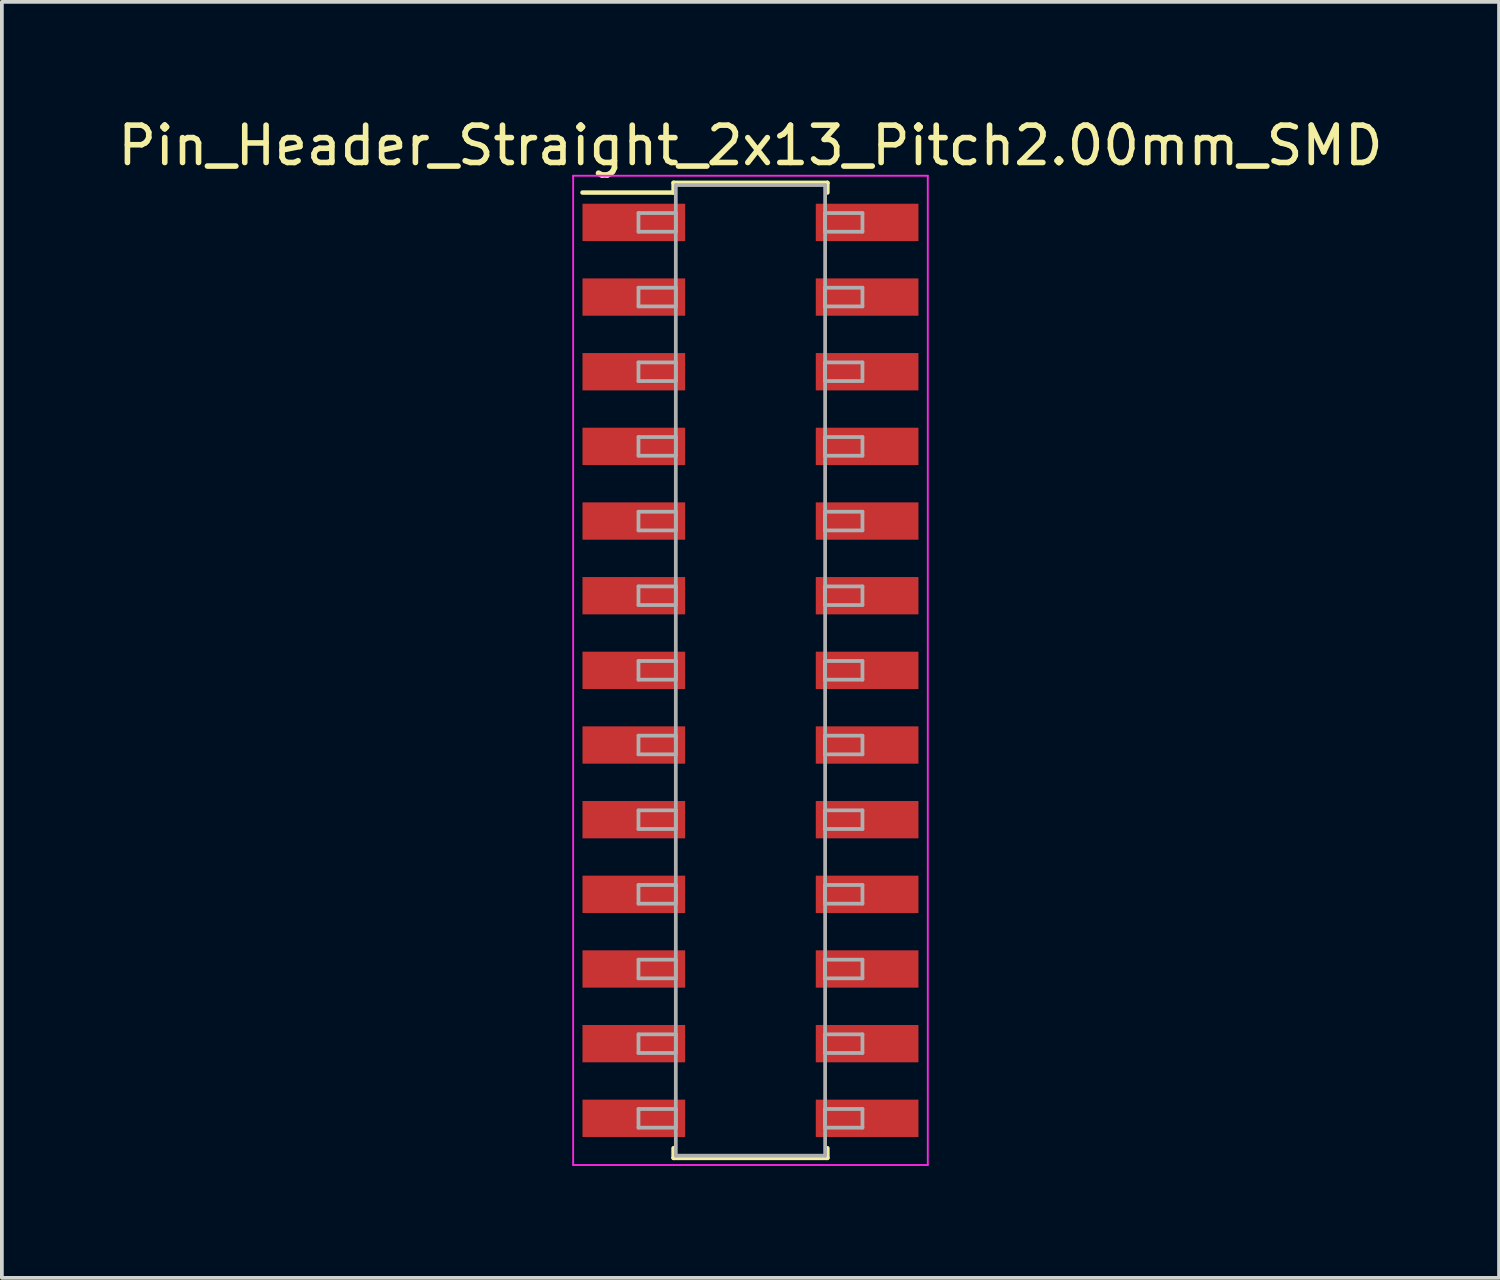
<source format=kicad_pcb>
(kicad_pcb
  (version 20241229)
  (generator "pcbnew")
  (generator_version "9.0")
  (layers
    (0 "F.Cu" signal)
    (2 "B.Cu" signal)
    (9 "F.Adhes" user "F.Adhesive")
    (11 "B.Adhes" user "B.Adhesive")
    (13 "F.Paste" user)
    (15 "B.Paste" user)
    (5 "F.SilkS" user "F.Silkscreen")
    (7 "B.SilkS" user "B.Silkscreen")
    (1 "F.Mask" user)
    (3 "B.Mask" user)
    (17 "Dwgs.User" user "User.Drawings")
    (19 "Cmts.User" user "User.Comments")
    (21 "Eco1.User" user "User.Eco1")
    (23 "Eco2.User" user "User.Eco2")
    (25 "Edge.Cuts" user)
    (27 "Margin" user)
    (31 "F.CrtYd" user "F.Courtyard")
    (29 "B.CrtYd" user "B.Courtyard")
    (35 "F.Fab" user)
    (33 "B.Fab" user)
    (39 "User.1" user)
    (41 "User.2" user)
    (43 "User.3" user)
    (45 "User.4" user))
  (footprint "Pin_Header_Straight_2x13_Pitch2.00mm_SMD"
    (layer "F.Cu")
    (at 17.054 14.908)
    (property "Reference" "Pin_Header_Straight_2x13_Pitch2.00mm_SMD" (at 0 -14.06 0) (layer "F.SilkS") (effects (font (size 1 1) (thickness 0.15))))
    (attr smd)
    (fp_line (start -4.5 -12.8) (end -2.06 -12.8) (stroke (width 0.12) (type solid)) (layer "F.SilkS"))
    (fp_line (start -2.06 -13.06) (end 2.06 -13.06) (stroke (width 0.12) (type solid)) (layer "F.SilkS"))
    (fp_line (start -2.06 -12.8) (end -2.06 -13.06) (stroke (width 0.12) (type solid)) (layer "F.SilkS"))
    (fp_line (start -2.06 12.8) (end -2.06 13.06) (stroke (width 0.12) (type solid)) (layer "F.SilkS"))
    (fp_line (start -2.06 13.06) (end 2.06 13.06) (stroke (width 0.12) (type solid)) (layer "F.SilkS"))
    (fp_line (start 2.06 -13.06) (end 2.06 -12.8) (stroke (width 0.12) (type solid)) (layer "F.SilkS"))
    (fp_line (start 2.06 13.06) (end 2.06 12.8) (stroke (width 0.12) (type solid)) (layer "F.SilkS"))
    (fp_line (start -4.75 -13.25) (end -4.75 13.25) (stroke (width 0.05) (type solid)) (layer "F.CrtYd"))
    (fp_line (start -4.75 13.25) (end 4.75 13.25) (stroke (width 0.05) (type solid)) (layer "F.CrtYd"))
    (fp_line (start 4.75 -13.25) (end -4.75 -13.25) (stroke (width 0.05) (type solid)) (layer "F.CrtYd"))
    (fp_line (start 4.75 13.25) (end 4.75 -13.25) (stroke (width 0.05) (type solid)) (layer "F.CrtYd"))
    (fp_line (start -3 -12.25) (end -2 -12.25) (stroke (width 0.1) (type solid)) (layer "F.Fab"))
    (fp_line (start -3 -11.75) (end -3 -12.25) (stroke (width 0.1) (type solid)) (layer "F.Fab"))
    (fp_line (start -3 -10.25) (end -2 -10.25) (stroke (width 0.1) (type solid)) (layer "F.Fab"))
    (fp_line (start -3 -9.75) (end -3 -10.25) (stroke (width 0.1) (type solid)) (layer "F.Fab"))
    (fp_line (start -3 -8.25) (end -2 -8.25) (stroke (width 0.1) (type solid)) (layer "F.Fab"))
    (fp_line (start -3 -7.75) (end -3 -8.25) (stroke (width 0.1) (type solid)) (layer "F.Fab"))
    (fp_line (start -3 -6.25) (end -2 -6.25) (stroke (width 0.1) (type solid)) (layer "F.Fab"))
    (fp_line (start -3 -5.75) (end -3 -6.25) (stroke (width 0.1) (type solid)) (layer "F.Fab"))
    (fp_line (start -3 -4.25) (end -2 -4.25) (stroke (width 0.1) (type solid)) (layer "F.Fab"))
    (fp_line (start -3 -3.75) (end -3 -4.25) (stroke (width 0.1) (type solid)) (layer "F.Fab"))
    (fp_line (start -3 -2.25) (end -2 -2.25) (stroke (width 0.1) (type solid)) (layer "F.Fab"))
    (fp_line (start -3 -1.75) (end -3 -2.25) (stroke (width 0.1) (type solid)) (layer "F.Fab"))
    (fp_line (start -3 -0.25) (end -2 -0.25) (stroke (width 0.1) (type solid)) (layer "F.Fab"))
    (fp_line (start -3 0.25) (end -3 -0.25) (stroke (width 0.1) (type solid)) (layer "F.Fab"))
    (fp_line (start -3 1.75) (end -2 1.75) (stroke (width 0.1) (type solid)) (layer "F.Fab"))
    (fp_line (start -3 2.25) (end -3 1.75) (stroke (width 0.1) (type solid)) (layer "F.Fab"))
    (fp_line (start -3 3.75) (end -2 3.75) (stroke (width 0.1) (type solid)) (layer "F.Fab"))
    (fp_line (start -3 4.25) (end -3 3.75) (stroke (width 0.1) (type solid)) (layer "F.Fab"))
    (fp_line (start -3 5.75) (end -2 5.75) (stroke (width 0.1) (type solid)) (layer "F.Fab"))
    (fp_line (start -3 6.25) (end -3 5.75) (stroke (width 0.1) (type solid)) (layer "F.Fab"))
    (fp_line (start -3 7.75) (end -2 7.75) (stroke (width 0.1) (type solid)) (layer "F.Fab"))
    (fp_line (start -3 8.25) (end -3 7.75) (stroke (width 0.1) (type solid)) (layer "F.Fab"))
    (fp_line (start -3 9.75) (end -2 9.75) (stroke (width 0.1) (type solid)) (layer "F.Fab"))
    (fp_line (start -3 10.25) (end -3 9.75) (stroke (width 0.1) (type solid)) (layer "F.Fab"))
    (fp_line (start -3 11.75) (end -2 11.75) (stroke (width 0.1) (type solid)) (layer "F.Fab"))
    (fp_line (start -3 12.25) (end -3 11.75) (stroke (width 0.1) (type solid)) (layer "F.Fab"))
    (fp_line (start -2 -13) (end -2 13) (stroke (width 0.1) (type solid)) (layer "F.Fab"))
    (fp_line (start -2 -12.25) (end -2 -11.75) (stroke (width 0.1) (type solid)) (layer "F.Fab"))
    (fp_line (start -2 -11.75) (end -3 -11.75) (stroke (width 0.1) (type solid)) (layer "F.Fab"))
    (fp_line (start -2 -10.25) (end -2 -9.75) (stroke (width 0.1) (type solid)) (layer "F.Fab"))
    (fp_line (start -2 -9.75) (end -3 -9.75) (stroke (width 0.1) (type solid)) (layer "F.Fab"))
    (fp_line (start -2 -8.25) (end -2 -7.75) (stroke (width 0.1) (type solid)) (layer "F.Fab"))
    (fp_line (start -2 -7.75) (end -3 -7.75) (stroke (width 0.1) (type solid)) (layer "F.Fab"))
    (fp_line (start -2 -6.25) (end -2 -5.75) (stroke (width 0.1) (type solid)) (layer "F.Fab"))
    (fp_line (start -2 -5.75) (end -3 -5.75) (stroke (width 0.1) (type solid)) (layer "F.Fab"))
    (fp_line (start -2 -4.25) (end -2 -3.75) (stroke (width 0.1) (type solid)) (layer "F.Fab"))
    (fp_line (start -2 -3.75) (end -3 -3.75) (stroke (width 0.1) (type solid)) (layer "F.Fab"))
    (fp_line (start -2 -2.25) (end -2 -1.75) (stroke (width 0.1) (type solid)) (layer "F.Fab"))
    (fp_line (start -2 -1.75) (end -3 -1.75) (stroke (width 0.1) (type solid)) (layer "F.Fab"))
    (fp_line (start -2 -0.25) (end -2 0.25) (stroke (width 0.1) (type solid)) (layer "F.Fab"))
    (fp_line (start -2 0.25) (end -3 0.25) (stroke (width 0.1) (type solid)) (layer "F.Fab"))
    (fp_line (start -2 1.75) (end -2 2.25) (stroke (width 0.1) (type solid)) (layer "F.Fab"))
    (fp_line (start -2 2.25) (end -3 2.25) (stroke (width 0.1) (type solid)) (layer "F.Fab"))
    (fp_line (start -2 3.75) (end -2 4.25) (stroke (width 0.1) (type solid)) (layer "F.Fab"))
    (fp_line (start -2 4.25) (end -3 4.25) (stroke (width 0.1) (type solid)) (layer "F.Fab"))
    (fp_line (start -2 5.75) (end -2 6.25) (stroke (width 0.1) (type solid)) (layer "F.Fab"))
    (fp_line (start -2 6.25) (end -3 6.25) (stroke (width 0.1) (type solid)) (layer "F.Fab"))
    (fp_line (start -2 7.75) (end -2 8.25) (stroke (width 0.1) (type solid)) (layer "F.Fab"))
    (fp_line (start -2 8.25) (end -3 8.25) (stroke (width 0.1) (type solid)) (layer "F.Fab"))
    (fp_line (start -2 9.75) (end -2 10.25) (stroke (width 0.1) (type solid)) (layer "F.Fab"))
    (fp_line (start -2 10.25) (end -3 10.25) (stroke (width 0.1) (type solid)) (layer "F.Fab"))
    (fp_line (start -2 11.75) (end -2 12.25) (stroke (width 0.1) (type solid)) (layer "F.Fab"))
    (fp_line (start -2 12.25) (end -3 12.25) (stroke (width 0.1) (type solid)) (layer "F.Fab"))
    (fp_line (start -2 13) (end 2 13) (stroke (width 0.1) (type solid)) (layer "F.Fab"))
    (fp_line (start 2 -13) (end -2 -13) (stroke (width 0.1) (type solid)) (layer "F.Fab"))
    (fp_line (start 2 -12.25) (end 2 -11.75) (stroke (width 0.1) (type solid)) (layer "F.Fab"))
    (fp_line (start 2 -11.75) (end 3 -11.75) (stroke (width 0.1) (type solid)) (layer "F.Fab"))
    (fp_line (start 2 -10.25) (end 2 -9.75) (stroke (width 0.1) (type solid)) (layer "F.Fab"))
    (fp_line (start 2 -9.75) (end 3 -9.75) (stroke (width 0.1) (type solid)) (layer "F.Fab"))
    (fp_line (start 2 -8.25) (end 2 -7.75) (stroke (width 0.1) (type solid)) (layer "F.Fab"))
    (fp_line (start 2 -7.75) (end 3 -7.75) (stroke (width 0.1) (type solid)) (layer "F.Fab"))
    (fp_line (start 2 -6.25) (end 2 -5.75) (stroke (width 0.1) (type solid)) (layer "F.Fab"))
    (fp_line (start 2 -5.75) (end 3 -5.75) (stroke (width 0.1) (type solid)) (layer "F.Fab"))
    (fp_line (start 2 -4.25) (end 2 -3.75) (stroke (width 0.1) (type solid)) (layer "F.Fab"))
    (fp_line (start 2 -3.75) (end 3 -3.75) (stroke (width 0.1) (type solid)) (layer "F.Fab"))
    (fp_line (start 2 -2.25) (end 2 -1.75) (stroke (width 0.1) (type solid)) (layer "F.Fab"))
    (fp_line (start 2 -1.75) (end 3 -1.75) (stroke (width 0.1) (type solid)) (layer "F.Fab"))
    (fp_line (start 2 -0.25) (end 2 0.25) (stroke (width 0.1) (type solid)) (layer "F.Fab"))
    (fp_line (start 2 0.25) (end 3 0.25) (stroke (width 0.1) (type solid)) (layer "F.Fab"))
    (fp_line (start 2 1.75) (end 2 2.25) (stroke (width 0.1) (type solid)) (layer "F.Fab"))
    (fp_line (start 2 2.25) (end 3 2.25) (stroke (width 0.1) (type solid)) (layer "F.Fab"))
    (fp_line (start 2 3.75) (end 2 4.25) (stroke (width 0.1) (type solid)) (layer "F.Fab"))
    (fp_line (start 2 4.25) (end 3 4.25) (stroke (width 0.1) (type solid)) (layer "F.Fab"))
    (fp_line (start 2 5.75) (end 2 6.25) (stroke (width 0.1) (type solid)) (layer "F.Fab"))
    (fp_line (start 2 6.25) (end 3 6.25) (stroke (width 0.1) (type solid)) (layer "F.Fab"))
    (fp_line (start 2 7.75) (end 2 8.25) (stroke (width 0.1) (type solid)) (layer "F.Fab"))
    (fp_line (start 2 8.25) (end 3 8.25) (stroke (width 0.1) (type solid)) (layer "F.Fab"))
    (fp_line (start 2 9.75) (end 2 10.25) (stroke (width 0.1) (type solid)) (layer "F.Fab"))
    (fp_line (start 2 10.25) (end 3 10.25) (stroke (width 0.1) (type solid)) (layer "F.Fab"))
    (fp_line (start 2 11.75) (end 2 12.25) (stroke (width 0.1) (type solid)) (layer "F.Fab"))
    (fp_line (start 2 12.25) (end 3 12.25) (stroke (width 0.1) (type solid)) (layer "F.Fab"))
    (fp_line (start 2 13) (end 2 -13) (stroke (width 0.1) (type solid)) (layer "F.Fab"))
    (fp_line (start 3 -12.25) (end 2 -12.25) (stroke (width 0.1) (type solid)) (layer "F.Fab"))
    (fp_line (start 3 -11.75) (end 3 -12.25) (stroke (width 0.1) (type solid)) (layer "F.Fab"))
    (fp_line (start 3 -10.25) (end 2 -10.25) (stroke (width 0.1) (type solid)) (layer "F.Fab"))
    (fp_line (start 3 -9.75) (end 3 -10.25) (stroke (width 0.1) (type solid)) (layer "F.Fab"))
    (fp_line (start 3 -8.25) (end 2 -8.25) (stroke (width 0.1) (type solid)) (layer "F.Fab"))
    (fp_line (start 3 -7.75) (end 3 -8.25) (stroke (width 0.1) (type solid)) (layer "F.Fab"))
    (fp_line (start 3 -6.25) (end 2 -6.25) (stroke (width 0.1) (type solid)) (layer "F.Fab"))
    (fp_line (start 3 -5.75) (end 3 -6.25) (stroke (width 0.1) (type solid)) (layer "F.Fab"))
    (fp_line (start 3 -4.25) (end 2 -4.25) (stroke (width 0.1) (type solid)) (layer "F.Fab"))
    (fp_line (start 3 -3.75) (end 3 -4.25) (stroke (width 0.1) (type solid)) (layer "F.Fab"))
    (fp_line (start 3 -2.25) (end 2 -2.25) (stroke (width 0.1) (type solid)) (layer "F.Fab"))
    (fp_line (start 3 -1.75) (end 3 -2.25) (stroke (width 0.1) (type solid)) (layer "F.Fab"))
    (fp_line (start 3 -0.25) (end 2 -0.25) (stroke (width 0.1) (type solid)) (layer "F.Fab"))
    (fp_line (start 3 0.25) (end 3 -0.25) (stroke (width 0.1) (type solid)) (layer "F.Fab"))
    (fp_line (start 3 1.75) (end 2 1.75) (stroke (width 0.1) (type solid)) (layer "F.Fab"))
    (fp_line (start 3 2.25) (end 3 1.75) (stroke (width 0.1) (type solid)) (layer "F.Fab"))
    (fp_line (start 3 3.75) (end 2 3.75) (stroke (width 0.1) (type solid)) (layer "F.Fab"))
    (fp_line (start 3 4.25) (end 3 3.75) (stroke (width 0.1) (type solid)) (layer "F.Fab"))
    (fp_line (start 3 5.75) (end 2 5.75) (stroke (width 0.1) (type solid)) (layer "F.Fab"))
    (fp_line (start 3 6.25) (end 3 5.75) (stroke (width 0.1) (type solid)) (layer "F.Fab"))
    (fp_line (start 3 7.75) (end 2 7.75) (stroke (width 0.1) (type solid)) (layer "F.Fab"))
    (fp_line (start 3 8.25) (end 3 7.75) (stroke (width 0.1) (type solid)) (layer "F.Fab"))
    (fp_line (start 3 9.75) (end 2 9.75) (stroke (width 0.1) (type solid)) (layer "F.Fab"))
    (fp_line (start 3 10.25) (end 3 9.75) (stroke (width 0.1) (type solid)) (layer "F.Fab"))
    (fp_line (start 3 11.75) (end 2 11.75) (stroke (width 0.1) (type solid)) (layer "F.Fab"))
    (fp_line (start 3 12.25) (end 3 11.75) (stroke (width 0.1) (type solid)) (layer "F.Fab"))
    (pad "1" smd rect (at -3.125 -12) (size 2.75 1) (layers "F.Cu" "F.Mask"))
    (pad "2" smd rect (at 3.125 -12) (size 2.75 1) (layers "F.Cu" "F.Mask"))
    (pad "3" smd rect (at -3.125 -10) (size 2.75 1) (layers "F.Cu" "F.Mask"))
    (pad "4" smd rect (at 3.125 -10) (size 2.75 1) (layers "F.Cu" "F.Mask"))
    (pad "5" smd rect (at -3.125 -8) (size 2.75 1) (layers "F.Cu" "F.Mask"))
    (pad "6" smd rect (at 3.125 -8) (size 2.75 1) (layers "F.Cu" "F.Mask"))
    (pad "7" smd rect (at -3.125 -6) (size 2.75 1) (layers "F.Cu" "F.Mask"))
    (pad "8" smd rect (at 3.125 -6) (size 2.75 1) (layers "F.Cu" "F.Mask"))
    (pad "9" smd rect (at -3.125 -4) (size 2.75 1) (layers "F.Cu" "F.Mask"))
    (pad "10" smd rect (at 3.125 -4) (size 2.75 1) (layers "F.Cu" "F.Mask"))
    (pad "11" smd rect (at -3.125 -2) (size 2.75 1) (layers "F.Cu" "F.Mask"))
    (pad "12" smd rect (at 3.125 -2) (size 2.75 1) (layers "F.Cu" "F.Mask"))
    (pad "13" smd rect (at -3.125 0) (size 2.75 1) (layers "F.Cu" "F.Mask"))
    (pad "14" smd rect (at 3.125 0) (size 2.75 1) (layers "F.Cu" "F.Mask"))
    (pad "15" smd rect (at -3.125 2) (size 2.75 1) (layers "F.Cu" "F.Mask"))
    (pad "16" smd rect (at 3.125 2) (size 2.75 1) (layers "F.Cu" "F.Mask"))
    (pad "17" smd rect (at -3.125 4) (size 2.75 1) (layers "F.Cu" "F.Mask"))
    (pad "18" smd rect (at 3.125 4) (size 2.75 1) (layers "F.Cu" "F.Mask"))
    (pad "19" smd rect (at -3.125 6) (size 2.75 1) (layers "F.Cu" "F.Mask"))
    (pad "20" smd rect (at 3.125 6) (size 2.75 1) (layers "F.Cu" "F.Mask"))
    (pad "21" smd rect (at -3.125 8) (size 2.75 1) (layers "F.Cu" "F.Mask"))
    (pad "22" smd rect (at 3.125 8) (size 2.75 1) (layers "F.Cu" "F.Mask"))
    (pad "23" smd rect (at -3.125 10) (size 2.75 1) (layers "F.Cu" "F.Mask"))
    (pad "24" smd rect (at 3.125 10) (size 2.75 1) (layers "F.Cu" "F.Mask"))
    (pad "25" smd rect (at -3.125 12) (size 2.75 1) (layers "F.Cu" "F.Mask"))
    (pad "26" smd rect (at 3.125 12) (size 2.75 1) (layers "F.Cu" "F.Mask")))
  (gr_rect
    (start -3 -3)
    (end 37.107 31.183)
    (stroke (width 0.1) (type default))
    (fill no)
    (layer "Edge.Cuts")))
</source>
